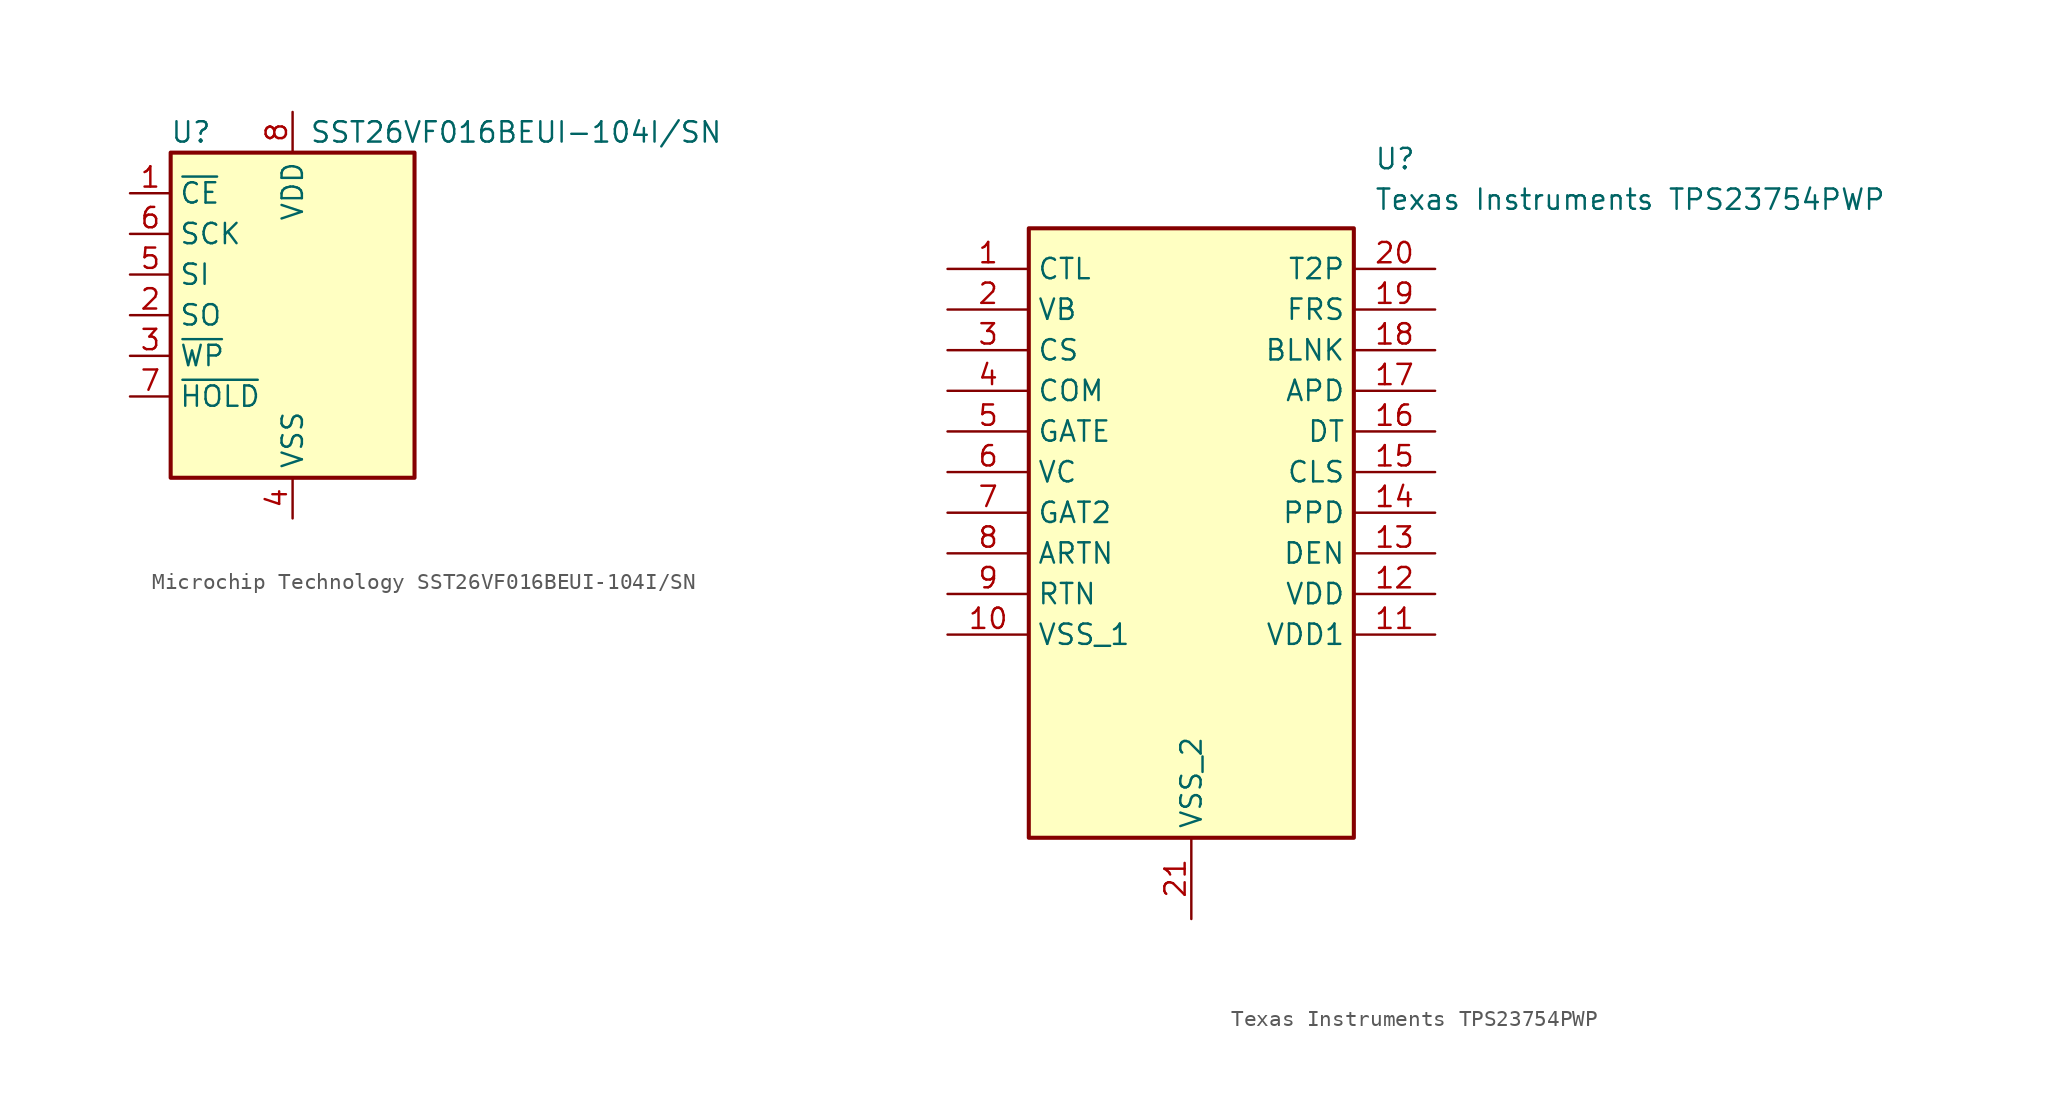
<source format=kicad_sym>
(kicad_symbol_lib
  (version 20220914)
  (generator kicad_symbol_editor)
  (symbol "Microchip Technology SST26VF016BEUI-104I/SN"
    (property "Reference" "U"
      (at -6.35 11.43 0)
      (effects (font (size 1.27 1.27))))
    (property "Value" "SST26VF016BEUI-104I/SN"
      (at 13.97 11.43 0)
      (effects (font (size 1.27 1.27))))
    (symbol "Microchip Technology SST26VF016BEUI-104I/SN_0_1"
      (rectangle (start -7.62 10.16) (end 7.62 -10.16) (stroke (width 0.254) (type default)) (fill (type background))))
    (symbol "Microchip Technology SST26VF016BEUI-104I/SN_1_1"
      (pin input line (at -10.16 7.62 0) (length 2.54) (name "~{CE}" (effects (font (size 1.27 1.27)))) (number "1" (effects (font (size 1.27 1.27)))))
      (pin output line (at -10.16 0 0) (length 2.54) (name "SO" (effects (font (size 1.27 1.27)))) (number "2" (effects (font (size 1.27 1.27)))))
      (pin input line (at -10.16 -2.54 0) (length 2.54) (name "~{WP}" (effects (font (size 1.27 1.27)))) (number "3" (effects (font (size 1.27 1.27)))))
      (pin power_in line (at 0 -12.7 90) (length 2.54) (name "VSS" (effects (font (size 1.27 1.27)))) (number "4" (effects (font (size 1.27 1.27)))))
      (pin input line (at -10.16 2.54 0) (length 2.54) (name "SI" (effects (font (size 1.27 1.27)))) (number "5" (effects (font (size 1.27 1.27)))))
      (pin input line (at -10.16 5.08 0) (length 2.54) (name "SCK" (effects (font (size 1.27 1.27)))) (number "6" (effects (font (size 1.27 1.27)))))
      (pin input line (at -10.16 -5.08 0) (length 2.54) (name "~{HOLD}" (effects (font (size 1.27 1.27)))) (number "7" (effects (font (size 1.27 1.27)))))
      (pin power_in line (at 0 12.7 270) (length 2.54) (name "VDD" (effects (font (size 1.27 1.27)))) (number "8" (effects (font (size 1.27 1.27)))))))
  (symbol "Texas Instruments TPS23754PWP"
    (property "Reference" "U"
      (at 26.67 7.62 0)
      (effects (font (size 1.27 1.27)) (justify left top)))
    (property "Value" "Texas Instruments TPS23754PWP"
      (at 26.67 5.08 0)
      (effects (font (size 1.27 1.27)) (justify left top)))
    (symbol "Texas Instruments TPS23754PWP_1_1"
      (rectangle (start 5.08 2.54) (end 25.4 -35.56) (stroke (width 0.254) (type default)) (fill (type background)))
      (pin passive line (at 0 0 0) (length 5.08) (name "CTL" (effects (font (size 1.27 1.27)))) (number "1" (effects (font (size 1.27 1.27)))))
      (pin passive line (at 0 -22.86 0) (length 5.08) (name "VSS_1" (effects (font (size 1.27 1.27)))) (number "10" (effects (font (size 1.27 1.27)))))
      (pin passive line (at 30.48 -22.86 180) (length 5.08) (name "VDD1" (effects (font (size 1.27 1.27)))) (number "11" (effects (font (size 1.27 1.27)))))
      (pin passive line (at 30.48 -20.32 180) (length 5.08) (name "VDD" (effects (font (size 1.27 1.27)))) (number "12" (effects (font (size 1.27 1.27)))))
      (pin passive line (at 30.48 -17.78 180) (length 5.08) (name "DEN" (effects (font (size 1.27 1.27)))) (number "13" (effects (font (size 1.27 1.27)))))
      (pin passive line (at 30.48 -15.24 180) (length 5.08) (name "PPD" (effects (font (size 1.27 1.27)))) (number "14" (effects (font (size 1.27 1.27)))))
      (pin passive line (at 30.48 -12.7 180) (length 5.08) (name "CLS" (effects (font (size 1.27 1.27)))) (number "15" (effects (font (size 1.27 1.27)))))
      (pin passive line (at 30.48 -10.16 180) (length 5.08) (name "DT" (effects (font (size 1.27 1.27)))) (number "16" (effects (font (size 1.27 1.27)))))
      (pin passive line (at 30.48 -7.62 180) (length 5.08) (name "APD" (effects (font (size 1.27 1.27)))) (number "17" (effects (font (size 1.27 1.27)))))
      (pin passive line (at 30.48 -5.08 180) (length 5.08) (name "BLNK" (effects (font (size 1.27 1.27)))) (number "18" (effects (font (size 1.27 1.27)))))
      (pin passive line (at 30.48 -2.54 180) (length 5.08) (name "FRS" (effects (font (size 1.27 1.27)))) (number "19" (effects (font (size 1.27 1.27)))))
      (pin passive line (at 0 -2.54 0) (length 5.08) (name "VB" (effects (font (size 1.27 1.27)))) (number "2" (effects (font (size 1.27 1.27)))))
      (pin passive line (at 30.48 0 180) (length 5.08) (name "T2P" (effects (font (size 1.27 1.27)))) (number "20" (effects (font (size 1.27 1.27)))))
      (pin passive line (at 15.24 -40.64 90) (length 5.08) (name "VSS_2" (effects (font (size 1.27 1.27)))) (number "21" (effects (font (size 1.27 1.27)))))
      (pin passive line (at 0 -5.08 0) (length 5.08) (name "CS" (effects (font (size 1.27 1.27)))) (number "3" (effects (font (size 1.27 1.27)))))
      (pin passive line (at 0 -7.62 0) (length 5.08) (name "COM" (effects (font (size 1.27 1.27)))) (number "4" (effects (font (size 1.27 1.27)))))
      (pin passive line (at 0 -10.16 0) (length 5.08) (name "GATE" (effects (font (size 1.27 1.27)))) (number "5" (effects (font (size 1.27 1.27)))))
      (pin passive line (at 0 -12.7 0) (length 5.08) (name "VC" (effects (font (size 1.27 1.27)))) (number "6" (effects (font (size 1.27 1.27)))))
      (pin passive line (at 0 -15.24 0) (length 5.08) (name "GAT2" (effects (font (size 1.27 1.27)))) (number "7" (effects (font (size 1.27 1.27)))))
      (pin passive line (at 0 -17.78 0) (length 5.08) (name "ARTN" (effects (font (size 1.27 1.27)))) (number "8" (effects (font (size 1.27 1.27)))))
      (pin passive line (at 0 -20.32 0) (length 5.08) (name "RTN" (effects (font (size 1.27 1.27)))) (number "9" (effects (font (size 1.27 1.27))))))))
</source>
